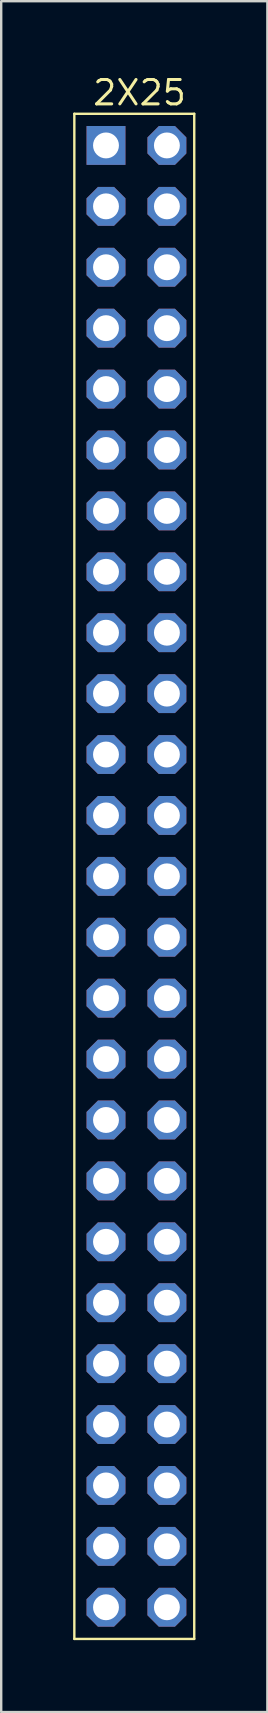
<source format=kicad_pcb>
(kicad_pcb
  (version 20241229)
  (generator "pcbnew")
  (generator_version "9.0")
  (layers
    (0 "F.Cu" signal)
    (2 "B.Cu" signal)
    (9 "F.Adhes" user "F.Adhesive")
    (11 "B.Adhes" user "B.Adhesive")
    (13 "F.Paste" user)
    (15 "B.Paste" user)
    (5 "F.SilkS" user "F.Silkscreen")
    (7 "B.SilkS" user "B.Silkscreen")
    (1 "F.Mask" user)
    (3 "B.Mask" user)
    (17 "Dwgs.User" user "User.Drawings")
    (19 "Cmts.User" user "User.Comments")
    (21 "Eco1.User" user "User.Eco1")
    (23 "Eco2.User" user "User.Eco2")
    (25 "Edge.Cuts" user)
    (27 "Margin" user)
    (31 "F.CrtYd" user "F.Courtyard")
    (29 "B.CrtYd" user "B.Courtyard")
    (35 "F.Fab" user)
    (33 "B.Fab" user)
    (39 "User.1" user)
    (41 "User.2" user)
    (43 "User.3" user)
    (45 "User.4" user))
  (footprint "2X25"
    (layer "F.Cu")
    (at 1.37 3.015)
    (property "Reference" "2X25" (at 1.398 -2.197 0) (layer "F.SilkS") (effects (font (size 1.016 1.016) (thickness 0.127))))
    (attr through_hole)
    (fp_line (start -1.32 -1.32) (end -1.32 62.28) (stroke (width 0.1) (type default)) (layer "F.SilkS"))
    (fp_line (start -1.32 -1.32) (end 3.68 -1.32) (stroke (width 0.1) (type default)) (layer "F.SilkS"))
    (fp_line (start -1.32 62.28) (end 3.68 62.28) (stroke (width 0.1) (type default)) (layer "F.SilkS"))
    (fp_line (start 3.68 -1.32) (end 3.68 62.28) (stroke (width 0.1) (type default)) (layer "F.SilkS"))
    (pad "1" thru_hole rect (at 0 0) (size 1.62 1.62) (drill 1.08) (layers "*.Cu" "*.Mask"))
    (pad "2" thru_hole roundrect (at 0 2.54) (size 1.62 1.62) (drill 1.08) (layers "*.Cu" "*.Mask") (roundrect_rratio 0.25) (chamfer_ratio 0.293) (chamfer top_left top_right bottom_left bottom_right))
    (pad "3" thru_hole roundrect (at 0 5.08) (size 1.62 1.62) (drill 1.08) (layers "*.Cu" "*.Mask") (roundrect_rratio 0.25) (chamfer_ratio 0.293) (chamfer top_left top_right bottom_left bottom_right))
    (pad "4" thru_hole roundrect (at 0 7.62) (size 1.62 1.62) (drill 1.08) (layers "*.Cu" "*.Mask") (roundrect_rratio 0.25) (chamfer_ratio 0.293) (chamfer top_left top_right bottom_left bottom_right))
    (pad "5" thru_hole roundrect (at 0 10.16) (size 1.62 1.62) (drill 1.08) (layers "*.Cu" "*.Mask") (roundrect_rratio 0.25) (chamfer_ratio 0.293) (chamfer top_left top_right bottom_left bottom_right))
    (pad "6" thru_hole roundrect (at 0 12.7) (size 1.62 1.62) (drill 1.08) (layers "*.Cu" "*.Mask") (roundrect_rratio 0.25) (chamfer_ratio 0.293) (chamfer top_left top_right bottom_left bottom_right))
    (pad "7" thru_hole roundrect (at 0 15.24) (size 1.62 1.62) (drill 1.08) (layers "*.Cu" "*.Mask") (roundrect_rratio 0.25) (chamfer_ratio 0.293) (chamfer top_left top_right bottom_left bottom_right))
    (pad "8" thru_hole roundrect (at 0 17.78) (size 1.62 1.62) (drill 1.08) (layers "*.Cu" "*.Mask") (roundrect_rratio 0.25) (chamfer_ratio 0.293) (chamfer top_left top_right bottom_left bottom_right))
    (pad "9" thru_hole roundrect (at 0 20.32) (size 1.62 1.62) (drill 1.08) (layers "*.Cu" "*.Mask") (roundrect_rratio 0.25) (chamfer_ratio 0.293) (chamfer top_left top_right bottom_left bottom_right))
    (pad "10" thru_hole roundrect (at 0 22.86) (size 1.62 1.62) (drill 1.08) (layers "*.Cu" "*.Mask") (roundrect_rratio 0.25) (chamfer_ratio 0.293) (chamfer top_left top_right bottom_left bottom_right))
    (pad "11" thru_hole roundrect (at 0 25.4) (size 1.62 1.62) (drill 1.08) (layers "*.Cu" "*.Mask") (roundrect_rratio 0.25) (chamfer_ratio 0.293) (chamfer top_left top_right bottom_left bottom_right))
    (pad "12" thru_hole roundrect (at 0 27.94) (size 1.62 1.62) (drill 1.08) (layers "*.Cu" "*.Mask") (roundrect_rratio 0.25) (chamfer_ratio 0.293) (chamfer top_left top_right bottom_left bottom_right))
    (pad "13" thru_hole roundrect (at 0 30.48) (size 1.62 1.62) (drill 1.08) (layers "*.Cu" "*.Mask") (roundrect_rratio 0.25) (chamfer_ratio 0.293) (chamfer top_left top_right bottom_left bottom_right))
    (pad "14" thru_hole roundrect (at 0 33.02) (size 1.62 1.62) (drill 1.08) (layers "*.Cu" "*.Mask") (roundrect_rratio 0.25) (chamfer_ratio 0.293) (chamfer top_left top_right bottom_left bottom_right))
    (pad "15" thru_hole roundrect (at 0 35.56) (size 1.62 1.62) (drill 1.08) (layers "*.Cu" "*.Mask") (roundrect_rratio 0.25) (chamfer_ratio 0.293) (chamfer top_left top_right bottom_left bottom_right))
    (pad "16" thru_hole roundrect (at 0 38.1) (size 1.62 1.62) (drill 1.08) (layers "*.Cu" "*.Mask") (roundrect_rratio 0.25) (chamfer_ratio 0.293) (chamfer top_left top_right bottom_left bottom_right))
    (pad "17" thru_hole roundrect (at 0 40.64) (size 1.62 1.62) (drill 1.08) (layers "*.Cu" "*.Mask") (roundrect_rratio 0.25) (chamfer_ratio 0.293) (chamfer top_left top_right bottom_left bottom_right))
    (pad "18" thru_hole roundrect (at 0 43.18) (size 1.62 1.62) (drill 1.08) (layers "*.Cu" "*.Mask") (roundrect_rratio 0.25) (chamfer_ratio 0.293) (chamfer top_left top_right bottom_left bottom_right))
    (pad "19" thru_hole roundrect (at 0 45.72) (size 1.62 1.62) (drill 1.08) (layers "*.Cu" "*.Mask") (roundrect_rratio 0.25) (chamfer_ratio 0.293) (chamfer top_left top_right bottom_left bottom_right))
    (pad "20" thru_hole roundrect (at 0 48.26) (size 1.62 1.62) (drill 1.08) (layers "*.Cu" "*.Mask") (roundrect_rratio 0.25) (chamfer_ratio 0.293) (chamfer top_left top_right bottom_left bottom_right))
    (pad "21" thru_hole roundrect (at 0 50.8) (size 1.62 1.62) (drill 1.08) (layers "*.Cu" "*.Mask") (roundrect_rratio 0.25) (chamfer_ratio 0.293) (chamfer top_left top_right bottom_left bottom_right))
    (pad "22" thru_hole roundrect (at 0 53.34) (size 1.62 1.62) (drill 1.08) (layers "*.Cu" "*.Mask") (roundrect_rratio 0.25) (chamfer_ratio 0.293) (chamfer top_left top_right bottom_left bottom_right))
    (pad "23" thru_hole roundrect (at 0 55.88) (size 1.62 1.62) (drill 1.08) (layers "*.Cu" "*.Mask") (roundrect_rratio 0.25) (chamfer_ratio 0.293) (chamfer top_left top_right bottom_left bottom_right))
    (pad "24" thru_hole roundrect (at 0 58.42) (size 1.62 1.62) (drill 1.08) (layers "*.Cu" "*.Mask") (roundrect_rratio 0.25) (chamfer_ratio 0.293) (chamfer top_left top_right bottom_left bottom_right))
    (pad "25" thru_hole roundrect (at 0 60.96) (size 1.62 1.62) (drill 1.08) (layers "*.Cu" "*.Mask") (roundrect_rratio 0.25) (chamfer_ratio 0.293) (chamfer top_left top_right bottom_left bottom_right))
    (pad "26" thru_hole roundrect (at 2.54 0) (size 1.62 1.62) (drill 1.08) (layers "*.Cu" "*.Mask") (roundrect_rratio 0.25) (chamfer_ratio 0.293) (chamfer top_left top_right bottom_left bottom_right))
    (pad "27" thru_hole roundrect (at 2.54 2.54) (size 1.62 1.62) (drill 1.08) (layers "*.Cu" "*.Mask") (roundrect_rratio 0.25) (chamfer_ratio 0.293) (chamfer top_left top_right bottom_left bottom_right))
    (pad "28" thru_hole roundrect (at 2.54 5.08) (size 1.62 1.62) (drill 1.08) (layers "*.Cu" "*.Mask") (roundrect_rratio 0.25) (chamfer_ratio 0.293) (chamfer top_left top_right bottom_left bottom_right))
    (pad "29" thru_hole roundrect (at 2.54 7.62) (size 1.62 1.62) (drill 1.08) (layers "*.Cu" "*.Mask") (roundrect_rratio 0.25) (chamfer_ratio 0.293) (chamfer top_left top_right bottom_left bottom_right))
    (pad "30" thru_hole roundrect (at 2.54 10.16) (size 1.62 1.62) (drill 1.08) (layers "*.Cu" "*.Mask") (roundrect_rratio 0.25) (chamfer_ratio 0.293) (chamfer top_left top_right bottom_left bottom_right))
    (pad "31" thru_hole roundrect (at 2.54 12.7) (size 1.62 1.62) (drill 1.08) (layers "*.Cu" "*.Mask") (roundrect_rratio 0.25) (chamfer_ratio 0.293) (chamfer top_left top_right bottom_left bottom_right))
    (pad "32" thru_hole roundrect (at 2.54 15.24) (size 1.62 1.62) (drill 1.08) (layers "*.Cu" "*.Mask") (roundrect_rratio 0.25) (chamfer_ratio 0.293) (chamfer top_left top_right bottom_left bottom_right))
    (pad "33" thru_hole roundrect (at 2.54 17.78) (size 1.62 1.62) (drill 1.08) (layers "*.Cu" "*.Mask") (roundrect_rratio 0.25) (chamfer_ratio 0.293) (chamfer top_left top_right bottom_left bottom_right))
    (pad "34" thru_hole roundrect (at 2.54 20.32) (size 1.62 1.62) (drill 1.08) (layers "*.Cu" "*.Mask") (roundrect_rratio 0.25) (chamfer_ratio 0.293) (chamfer top_left top_right bottom_left bottom_right))
    (pad "35" thru_hole roundrect (at 2.54 22.86) (size 1.62 1.62) (drill 1.08) (layers "*.Cu" "*.Mask") (roundrect_rratio 0.25) (chamfer_ratio 0.293) (chamfer top_left top_right bottom_left bottom_right))
    (pad "36" thru_hole roundrect (at 2.54 25.4) (size 1.62 1.62) (drill 1.08) (layers "*.Cu" "*.Mask") (roundrect_rratio 0.25) (chamfer_ratio 0.293) (chamfer top_left top_right bottom_left bottom_right))
    (pad "37" thru_hole roundrect (at 2.54 27.94) (size 1.62 1.62) (drill 1.08) (layers "*.Cu" "*.Mask") (roundrect_rratio 0.25) (chamfer_ratio 0.293) (chamfer top_left top_right bottom_left bottom_right))
    (pad "38" thru_hole roundrect (at 2.54 30.48) (size 1.62 1.62) (drill 1.08) (layers "*.Cu" "*.Mask") (roundrect_rratio 0.25) (chamfer_ratio 0.293) (chamfer top_left top_right bottom_left bottom_right))
    (pad "39" thru_hole roundrect (at 2.54 33.02) (size 1.62 1.62) (drill 1.08) (layers "*.Cu" "*.Mask") (roundrect_rratio 0.25) (chamfer_ratio 0.293) (chamfer top_left top_right bottom_left bottom_right))
    (pad "40" thru_hole roundrect (at 2.54 35.56) (size 1.62 1.62) (drill 1.08) (layers "*.Cu" "*.Mask") (roundrect_rratio 0.25) (chamfer_ratio 0.293) (chamfer top_left top_right bottom_left bottom_right))
    (pad "41" thru_hole roundrect (at 2.54 38.1) (size 1.62 1.62) (drill 1.08) (layers "*.Cu" "*.Mask") (roundrect_rratio 0.25) (chamfer_ratio 0.293) (chamfer top_left top_right bottom_left bottom_right))
    (pad "42" thru_hole roundrect (at 2.54 40.64) (size 1.62 1.62) (drill 1.08) (layers "*.Cu" "*.Mask") (roundrect_rratio 0.25) (chamfer_ratio 0.293) (chamfer top_left top_right bottom_left bottom_right))
    (pad "43" thru_hole roundrect (at 2.54 43.18) (size 1.62 1.62) (drill 1.08) (layers "*.Cu" "*.Mask") (roundrect_rratio 0.25) (chamfer_ratio 0.293) (chamfer top_left top_right bottom_left bottom_right))
    (pad "44" thru_hole roundrect (at 2.54 45.72) (size 1.62 1.62) (drill 1.08) (layers "*.Cu" "*.Mask") (roundrect_rratio 0.25) (chamfer_ratio 0.293) (chamfer top_left top_right bottom_left bottom_right))
    (pad "45" thru_hole roundrect (at 2.54 48.26) (size 1.62 1.62) (drill 1.08) (layers "*.Cu" "*.Mask") (roundrect_rratio 0.25) (chamfer_ratio 0.293) (chamfer top_left top_right bottom_left bottom_right))
    (pad "46" thru_hole roundrect (at 2.54 50.8) (size 1.62 1.62) (drill 1.08) (layers "*.Cu" "*.Mask") (roundrect_rratio 0.25) (chamfer_ratio 0.293) (chamfer top_left top_right bottom_left bottom_right))
    (pad "47" thru_hole roundrect (at 2.54 53.34) (size 1.62 1.62) (drill 1.08) (layers "*.Cu" "*.Mask") (roundrect_rratio 0.25) (chamfer_ratio 0.293) (chamfer top_left top_right bottom_left bottom_right))
    (pad "48" thru_hole roundrect (at 2.54 55.88) (size 1.62 1.62) (drill 1.08) (layers "*.Cu" "*.Mask") (roundrect_rratio 0.25) (chamfer_ratio 0.293) (chamfer top_left top_right bottom_left bottom_right))
    (pad "49" thru_hole roundrect (at 2.54 58.42) (size 1.62 1.62) (drill 1.08) (layers "*.Cu" "*.Mask") (roundrect_rratio 0.25) (chamfer_ratio 0.293) (chamfer top_left top_right bottom_left bottom_right))
    (pad "50" thru_hole roundrect (at 2.54 60.96) (size 1.62 1.62) (drill 1.08) (layers "*.Cu" "*.Mask") (roundrect_rratio 0.25) (chamfer_ratio 0.293) (chamfer top_left top_right bottom_left bottom_right)))
  (gr_rect
    (start -3 -3)
    (end 8.1 68.345)
    (stroke (width 0.1) (type default))
    (fill no)
    (layer "Edge.Cuts")))
</source>
